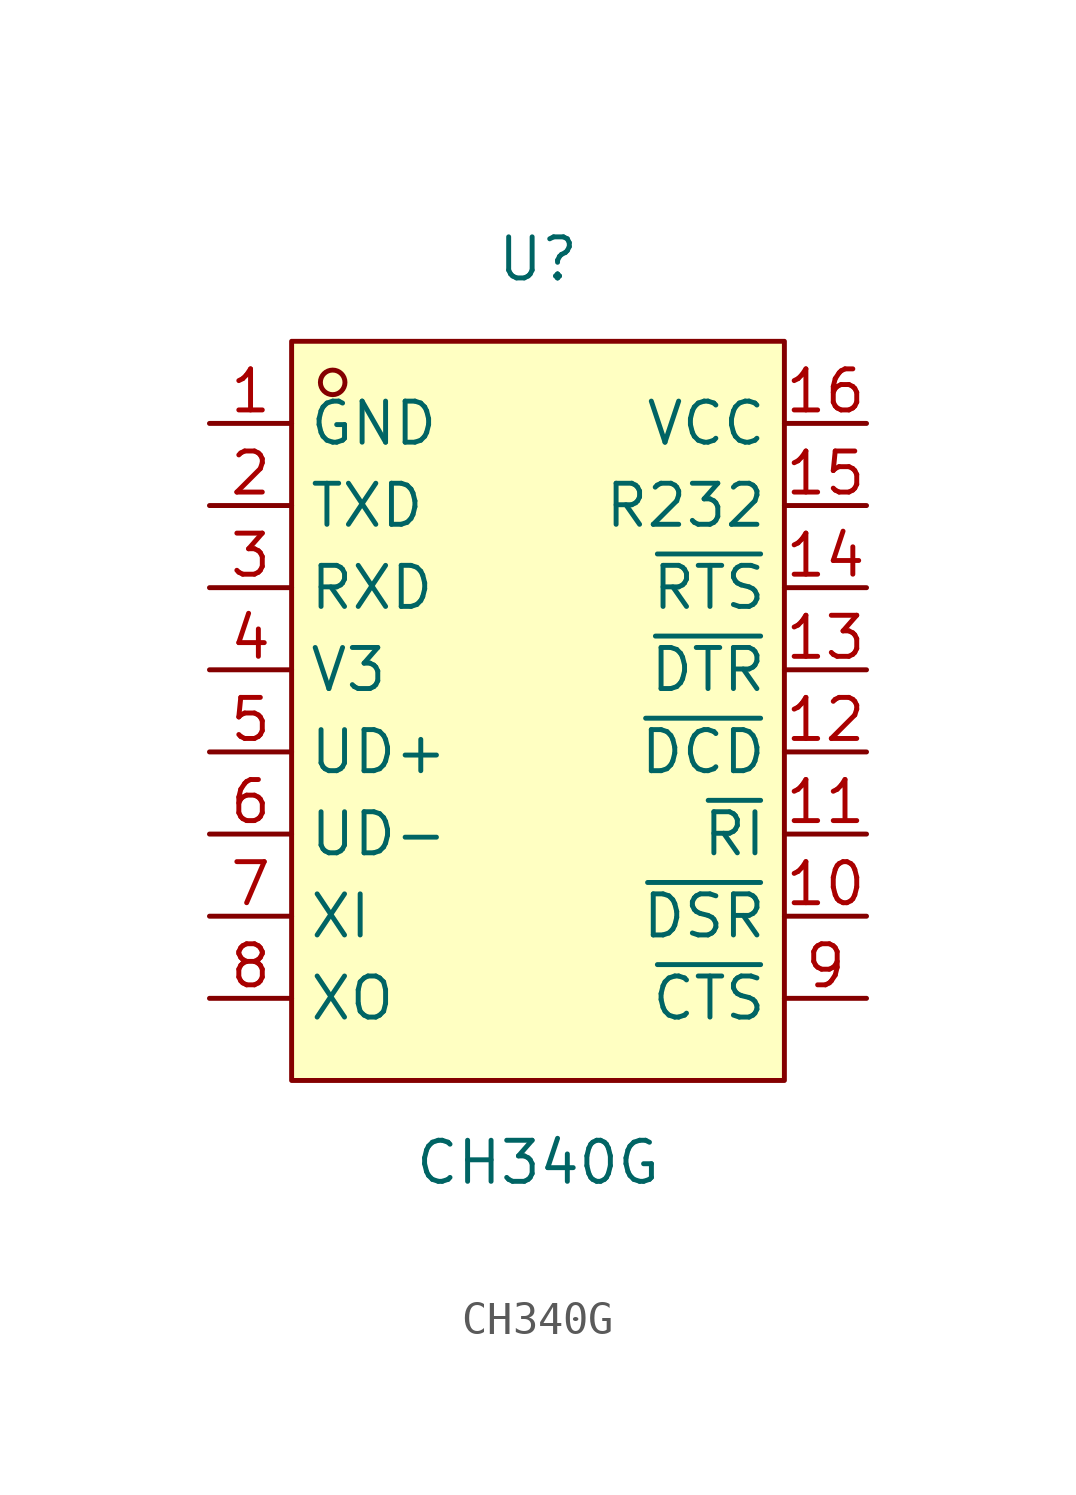
<source format=kicad_sym>
(kicad_symbol_lib
  (version 20241209)
  (generator "kicad_symbol_editor")
  (generator_version "9.0")
  (symbol "CH340G"
    (property "Reference" "U"
      (at 0 13.97 0)
      (effects (font (size 1.27 1.27))))
    (property "Value" "CH340G"
      (at 0 -13.97 0)
      (effects (font (size 1.27 1.27))))
    (symbol "CH340G_0_1"
      (rectangle (start -7.62 11.43) (end 7.62 -11.43) (stroke (width 0) (type default)) (fill (type background)))
      (circle (center -6.35 10.16) (radius 0.38) (stroke (width 0) (type default)) (fill (type none)))
      (pin unspecified line (at -10.16 8.89 0) (length 2.54) (name "GND" (effects (font (size 1.27 1.27)))) (number "1" (effects (font (size 1.27 1.27)))))
      (pin unspecified line (at -10.16 6.35 0) (length 2.54) (name "TXD" (effects (font (size 1.27 1.27)))) (number "2" (effects (font (size 1.27 1.27)))))
      (pin unspecified line (at -10.16 3.81 0) (length 2.54) (name "RXD" (effects (font (size 1.27 1.27)))) (number "3" (effects (font (size 1.27 1.27)))))
      (pin unspecified line (at -10.16 1.27 0) (length 2.54) (name "V3" (effects (font (size 1.27 1.27)))) (number "4" (effects (font (size 1.27 1.27)))))
      (pin unspecified line (at -10.16 -1.27 0) (length 2.54) (name "UD+" (effects (font (size 1.27 1.27)))) (number "5" (effects (font (size 1.27 1.27)))))
      (pin unspecified line (at -10.16 -3.81 0) (length 2.54) (name "UD-" (effects (font (size 1.27 1.27)))) (number "6" (effects (font (size 1.27 1.27)))))
      (pin unspecified line (at -10.16 -6.35 0) (length 2.54) (name "XI" (effects (font (size 1.27 1.27)))) (number "7" (effects (font (size 1.27 1.27)))))
      (pin unspecified line (at -10.16 -8.89 0) (length 2.54) (name "XO" (effects (font (size 1.27 1.27)))) (number "8" (effects (font (size 1.27 1.27)))))
      (pin unspecified line (at 10.16 8.89 180) (length 2.54) (name "VCC" (effects (font (size 1.27 1.27)))) (number "16" (effects (font (size 1.27 1.27)))))
      (pin unspecified line (at 10.16 6.35 180) (length 2.54) (name "R232" (effects (font (size 1.27 1.27)))) (number "15" (effects (font (size 1.27 1.27)))))
      (pin unspecified line (at 10.16 3.81 180) (length 2.54) (name "~{RTS}" (effects (font (size 1.27 1.27)))) (number "14" (effects (font (size 1.27 1.27)))))
      (pin unspecified line (at 10.16 1.27 180) (length 2.54) (name "~{DTR}" (effects (font (size 1.27 1.27)))) (number "13" (effects (font (size 1.27 1.27)))))
      (pin unspecified line (at 10.16 -1.27 180) (length 2.54) (name "~{DCD}" (effects (font (size 1.27 1.27)))) (number "12" (effects (font (size 1.27 1.27)))))
      (pin unspecified line (at 10.16 -3.81 180) (length 2.54) (name "~{RI}" (effects (font (size 1.27 1.27)))) (number "11" (effects (font (size 1.27 1.27)))))
      (pin unspecified line (at 10.16 -6.35 180) (length 2.54) (name "~{DSR}" (effects (font (size 1.27 1.27)))) (number "10" (effects (font (size 1.27 1.27)))))
      (pin unspecified line (at 10.16 -8.89 180) (length 2.54) (name "~{CTS}" (effects (font (size 1.27 1.27)))) (number "9" (effects (font (size 1.27 1.27))))))))
</source>
